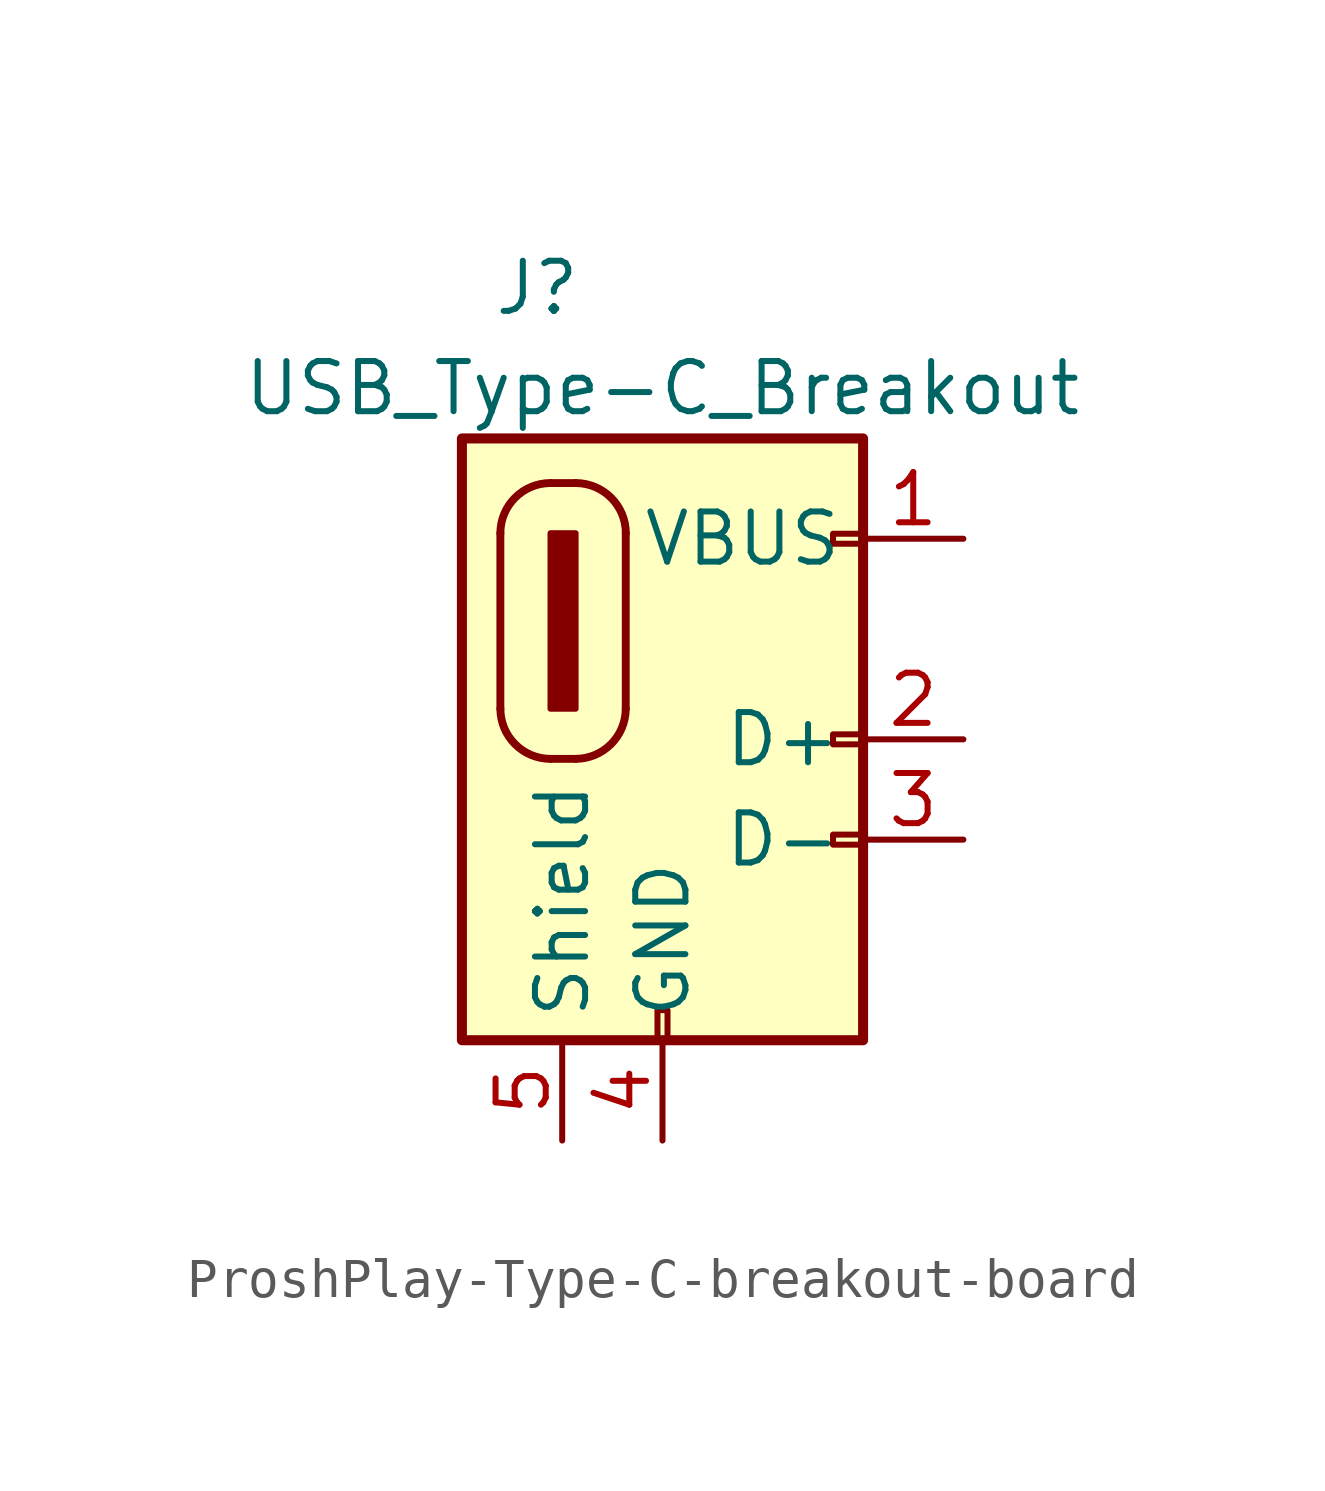
<source format=kicad_sym>
(kicad_symbol_lib
  (version 20220914)
  (generator kicad_symbol_editor)
  (symbol "ProshPlay-Type-C-breakout-board"
    (property "Reference" "J"
      (at -3.175 10.795 0)
      (effects (font (size 1.27 1.27))))
    (property "Value" "USB_Type-C_Breakout"
      (at 0 8.255 0)
      (effects (font (size 1.27 1.27))))
    (symbol "ProshPlay-Type-C-breakout-board_0_1"
      (rectangle (start -5.08 6.985) (end 5.08 -8.255) (stroke (width 0.254) (type default)) (fill (type background)))
      (arc (start -4.1059 0.1404) (mid -3.7339 -0.7576) (end -2.8359 -1.1296) (stroke (width 0.2) (type default)) (fill (type none)))
      (rectangle (start -2.836 4.585) (end -2.201 0.14) (stroke (width 0) (type default)) (fill (type outline)))
      (arc (start -2.836 5.8555) (mid -3.734 5.4835) (end -4.106 4.5855) (stroke (width 0.2) (type default)) (fill (type none)))
      (arc (start -2.2009 -1.1296) (mid -1.3043 -0.7563) (end -0.9308 0.1403) (stroke (width 0.2) (type default)) (fill (type none)))
      (arc (start -0.9308 4.5855) (mid -1.3028 5.4835) (end -2.2008 5.8555) (stroke (width 0.2) (type default)) (fill (type none)))
      (rectangle (start -0.127 -8.255) (end 0.127 -7.493) (stroke (width 0) (type default)) (fill (type none)))
      (polyline (pts (xy -4.106 4.585) (xy -4.106 0.14)) (stroke (width 0.2) (type default)) (fill (type none)))
      (polyline (pts (xy -2.836 -1.13) (xy -2.201 -1.13)) (stroke (width 0.2) (type default)) (fill (type none)))
      (polyline (pts (xy -2.836 5.855) (xy -2.201 5.855)) (stroke (width 0.2) (type default)) (fill (type none)))
      (polyline (pts (xy -0.931 0.14) (xy -0.931 4.585)) (stroke (width 0.2) (type default)) (fill (type none)))
      (rectangle (start 5.08 -3.302) (end 4.318 -3.048) (stroke (width 0) (type default)) (fill (type none)))
      (rectangle (start 5.08 -0.762) (end 4.318 -0.508) (stroke (width 0) (type default)) (fill (type none)))
      (rectangle (start 5.08 4.318) (end 4.318 4.572) (stroke (width 0) (type default)) (fill (type none))))
    (symbol "ProshPlay-Type-C-breakout-board_1_1"
      (pin power_in line (at 7.62 4.445 180) (length 2.54) (name "VBUS" (effects (font (size 1.27 1.27)))) (number "1" (effects (font (size 1.27 1.27)))))
      (pin bidirectional line (at 7.62 -0.635 180) (length 2.54) (name "D+" (effects (font (size 1.27 1.27)))) (number "2" (effects (font (size 1.27 1.27)))))
      (pin bidirectional line (at 7.62 -3.175 180) (length 2.54) (name "D-" (effects (font (size 1.27 1.27)))) (number "3" (effects (font (size 1.27 1.27)))))
      (pin power_in line (at 0 -10.795 90) (length 2.54) (name "GND" (effects (font (size 1.27 1.27)))) (number "4" (effects (font (size 1.27 1.27)))))
      (pin passive line (at -2.54 -10.795 90) (length 2.54) (name "Shield" (effects (font (size 1.27 1.27)))) (number "5" (effects (font (size 1.27 1.27))))))))
</source>
